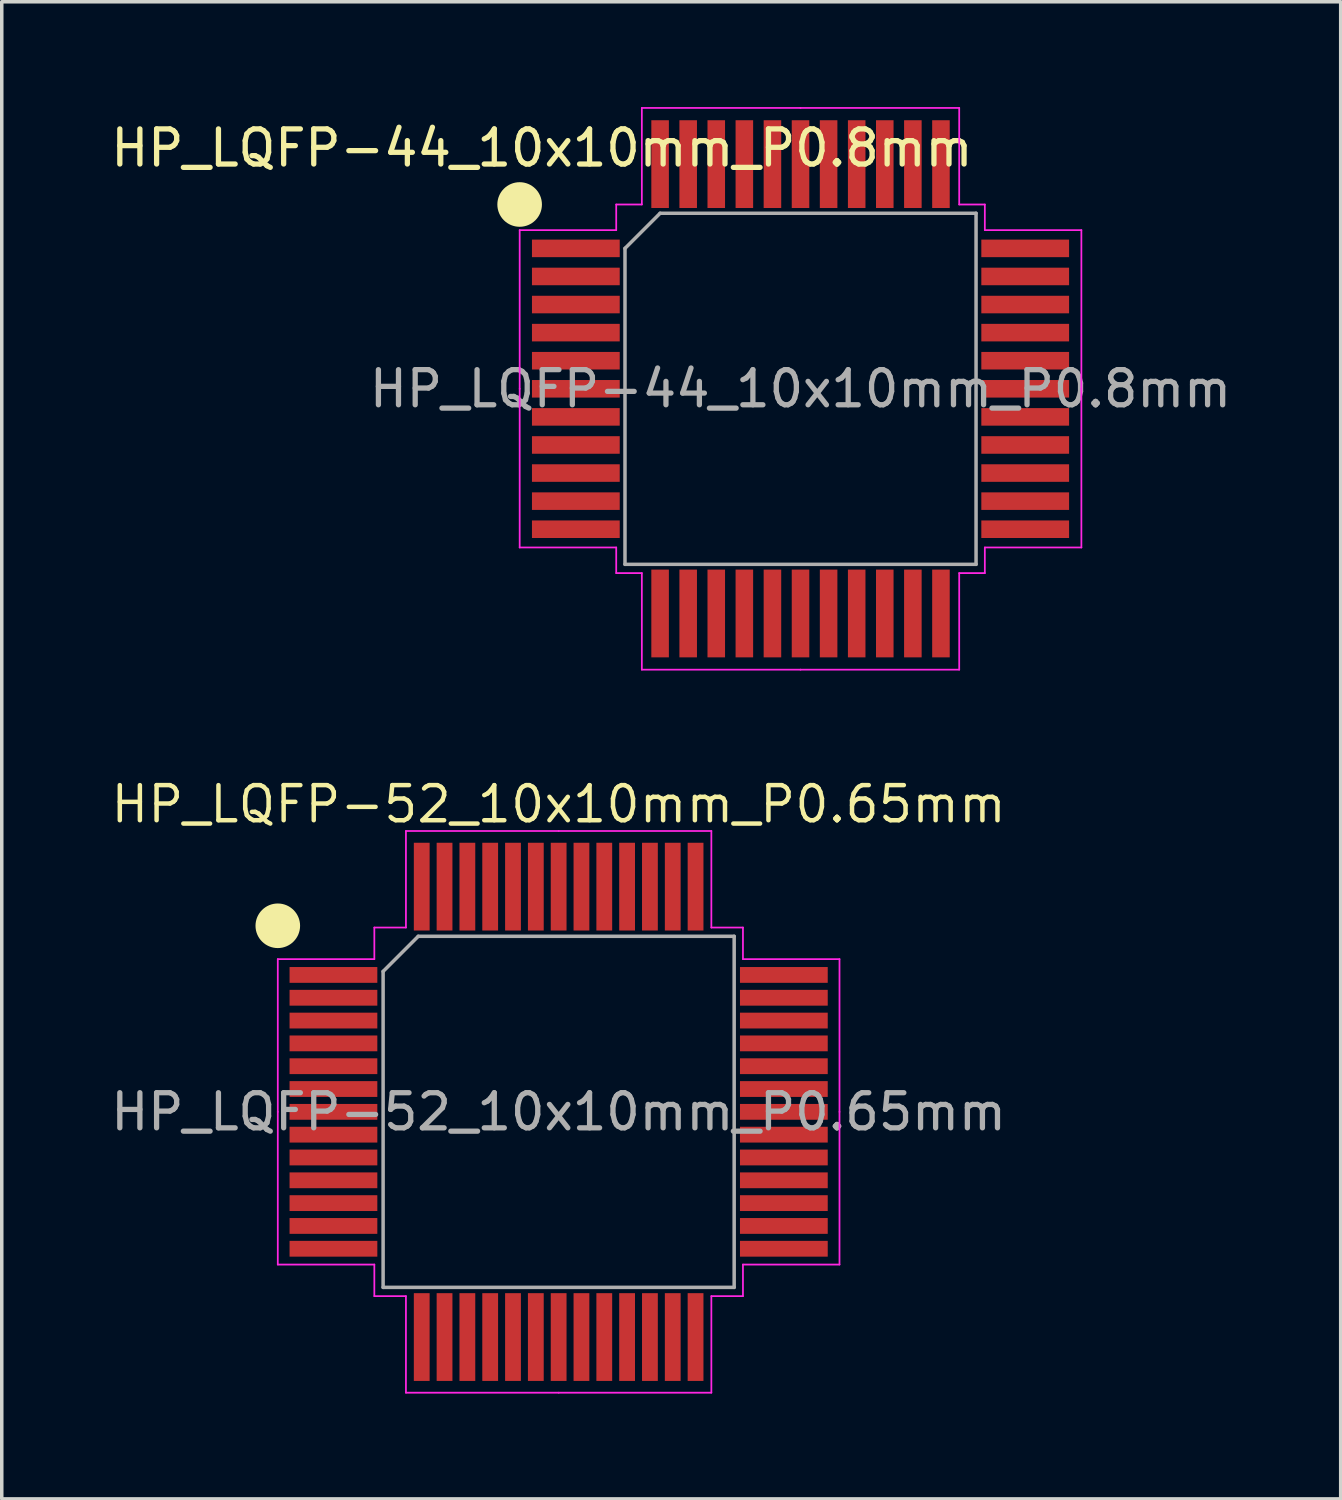
<source format=kicad_pcb>
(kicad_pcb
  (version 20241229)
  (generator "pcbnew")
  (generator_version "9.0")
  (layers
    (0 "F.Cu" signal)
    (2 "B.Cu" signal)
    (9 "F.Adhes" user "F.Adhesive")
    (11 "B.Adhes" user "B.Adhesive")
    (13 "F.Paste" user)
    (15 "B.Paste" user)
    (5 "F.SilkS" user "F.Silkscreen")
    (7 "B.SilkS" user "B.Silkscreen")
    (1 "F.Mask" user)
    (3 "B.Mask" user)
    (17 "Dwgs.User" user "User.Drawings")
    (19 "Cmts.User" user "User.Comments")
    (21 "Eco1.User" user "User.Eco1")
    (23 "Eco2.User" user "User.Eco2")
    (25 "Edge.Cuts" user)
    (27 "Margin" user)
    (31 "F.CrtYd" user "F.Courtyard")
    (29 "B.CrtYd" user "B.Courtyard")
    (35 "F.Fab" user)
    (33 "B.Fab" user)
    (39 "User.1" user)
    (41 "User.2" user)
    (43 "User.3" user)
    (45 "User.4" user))
  (footprint "HP_LQFP-44_10x10mm_P0.8mm"
    (layer "F.Cu")
    (at 19.753 8.025)
    (property "Reference" "HP_LQFP-44_10x10mm_P0.8mm" (at -7.366 -6.858 0) (layer "F.SilkS") (effects (font (size 1 1) (thickness 0.15))))
    (attr smd)
    (fp_circle (center -8.001 -5.25) (end -7.416 -5.25) (stroke (width 0.1) (type default)) (fill yes) (layer "F.SilkS"))
    (fp_line (start -8 -4.52) (end -8 0) (stroke (width 0.05) (type solid)) (layer "F.CrtYd"))
    (fp_line (start -8 4.52) (end -8 0) (stroke (width 0.05) (type solid)) (layer "F.CrtYd"))
    (fp_line (start -5.25 -5.25) (end -5.25 -4.52) (stroke (width 0.05) (type solid)) (layer "F.CrtYd"))
    (fp_line (start -5.25 -4.52) (end -8 -4.52) (stroke (width 0.05) (type solid)) (layer "F.CrtYd"))
    (fp_line (start -5.25 4.52) (end -8 4.52) (stroke (width 0.05) (type solid)) (layer "F.CrtYd"))
    (fp_line (start -5.25 5.25) (end -5.25 4.52) (stroke (width 0.05) (type solid)) (layer "F.CrtYd"))
    (fp_line (start -4.52 -8) (end -4.52 -5.25) (stroke (width 0.05) (type solid)) (layer "F.CrtYd"))
    (fp_line (start -4.52 -5.25) (end -5.25 -5.25) (stroke (width 0.05) (type solid)) (layer "F.CrtYd"))
    (fp_line (start -4.52 5.25) (end -5.25 5.25) (stroke (width 0.05) (type solid)) (layer "F.CrtYd"))
    (fp_line (start -4.52 8) (end -4.52 5.25) (stroke (width 0.05) (type solid)) (layer "F.CrtYd"))
    (fp_line (start 0 -8) (end -4.52 -8) (stroke (width 0.05) (type solid)) (layer "F.CrtYd"))
    (fp_line (start 0 -8) (end 4.52 -8) (stroke (width 0.05) (type solid)) (layer "F.CrtYd"))
    (fp_line (start 0 8) (end -4.52 8) (stroke (width 0.05) (type solid)) (layer "F.CrtYd"))
    (fp_line (start 0 8) (end 4.52 8) (stroke (width 0.05) (type solid)) (layer "F.CrtYd"))
    (fp_line (start 4.52 -8) (end 4.52 -5.25) (stroke (width 0.05) (type solid)) (layer "F.CrtYd"))
    (fp_line (start 4.52 -5.25) (end 5.25 -5.25) (stroke (width 0.05) (type solid)) (layer "F.CrtYd"))
    (fp_line (start 4.52 5.25) (end 5.25 5.25) (stroke (width 0.05) (type solid)) (layer "F.CrtYd"))
    (fp_line (start 4.52 8) (end 4.52 5.25) (stroke (width 0.05) (type solid)) (layer "F.CrtYd"))
    (fp_line (start 5.25 -5.25) (end 5.25 -4.52) (stroke (width 0.05) (type solid)) (layer "F.CrtYd"))
    (fp_line (start 5.25 -4.52) (end 8 -4.52) (stroke (width 0.05) (type solid)) (layer "F.CrtYd"))
    (fp_line (start 5.25 4.52) (end 8 4.52) (stroke (width 0.05) (type solid)) (layer "F.CrtYd"))
    (fp_line (start 5.25 5.25) (end 5.25 4.52) (stroke (width 0.05) (type solid)) (layer "F.CrtYd"))
    (fp_line (start 8 -4.52) (end 8 0) (stroke (width 0.05) (type solid)) (layer "F.CrtYd"))
    (fp_line (start 8 4.52) (end 8 0) (stroke (width 0.05) (type solid)) (layer "F.CrtYd"))
    (fp_line (start -5 -4) (end -4 -5) (stroke (width 0.1) (type solid)) (layer "F.Fab"))
    (fp_line (start -5 5) (end -5 -4) (stroke (width 0.1) (type solid)) (layer "F.Fab"))
    (fp_line (start -4 -5) (end 5 -5) (stroke (width 0.1) (type solid)) (layer "F.Fab"))
    (fp_line (start 5 -5) (end 5 5) (stroke (width 0.1) (type solid)) (layer "F.Fab"))
    (fp_line (start 5 5) (end -5 5) (stroke (width 0.1) (type solid)) (layer "F.Fab"))
    (fp_text user "${REFERENCE}" (at 0 0 0) (layer "F.Fab") (effects (font (size 1 1) (thickness 0.15))))
    (pad "1" smd rect (at -6.4 -4) (size 2.5 0.5) (layers "F.Cu" "F.Mask" "F.Paste"))
    (pad "2" smd rect (at -6.4 -3.2) (size 2.5 0.5) (layers "F.Cu" "F.Mask" "F.Paste"))
    (pad "3" smd rect (at -6.4 -2.4) (size 2.5 0.5) (layers "F.Cu" "F.Mask" "F.Paste"))
    (pad "4" smd rect (at -6.4 -1.6) (size 2.5 0.5) (layers "F.Cu" "F.Mask" "F.Paste"))
    (pad "5" smd rect (at -6.4 -0.8) (size 2.5 0.5) (layers "F.Cu" "F.Mask" "F.Paste"))
    (pad "6" smd rect (at -6.4 0) (size 2.5 0.5) (layers "F.Cu" "F.Mask" "F.Paste"))
    (pad "7" smd rect (at -6.4 0.8) (size 2.5 0.5) (layers "F.Cu" "F.Mask" "F.Paste"))
    (pad "8" smd rect (at -6.4 1.6) (size 2.5 0.5) (layers "F.Cu" "F.Mask" "F.Paste"))
    (pad "9" smd rect (at -6.4 2.4) (size 2.5 0.5) (layers "F.Cu" "F.Mask" "F.Paste"))
    (pad "10" smd rect (at -6.4 3.2) (size 2.5 0.5) (layers "F.Cu" "F.Mask" "F.Paste"))
    (pad "11" smd rect (at -6.4 4) (size 2.5 0.5) (layers "F.Cu" "F.Mask" "F.Paste"))
    (pad "12" smd rect (at -4 6.4) (size 0.5 2.5) (layers "F.Cu" "F.Mask" "F.Paste"))
    (pad "13" smd rect (at -3.2 6.4) (size 0.5 2.5) (layers "F.Cu" "F.Mask" "F.Paste"))
    (pad "14" smd rect (at -2.4 6.4) (size 0.5 2.5) (layers "F.Cu" "F.Mask" "F.Paste"))
    (pad "15" smd rect (at -1.6 6.4) (size 0.5 2.5) (layers "F.Cu" "F.Mask" "F.Paste"))
    (pad "16" smd rect (at -0.8 6.4) (size 0.5 2.5) (layers "F.Cu" "F.Mask" "F.Paste"))
    (pad "17" smd rect (at 0 6.4) (size 0.5 2.5) (layers "F.Cu" "F.Mask" "F.Paste"))
    (pad "18" smd rect (at 0.8 6.4) (size 0.5 2.5) (layers "F.Cu" "F.Mask" "F.Paste"))
    (pad "19" smd rect (at 1.6 6.4) (size 0.5 2.5) (layers "F.Cu" "F.Mask" "F.Paste"))
    (pad "20" smd rect (at 2.4 6.4) (size 0.5 2.5) (layers "F.Cu" "F.Mask" "F.Paste"))
    (pad "21" smd rect (at 3.2 6.4) (size 0.5 2.5) (layers "F.Cu" "F.Mask" "F.Paste"))
    (pad "22" smd rect (at 4 6.4) (size 0.5 2.5) (layers "F.Cu" "F.Mask" "F.Paste"))
    (pad "23" smd rect (at 6.4 4) (size 2.5 0.5) (layers "F.Cu" "F.Mask" "F.Paste"))
    (pad "24" smd rect (at 6.4 3.2) (size 2.5 0.5) (layers "F.Cu" "F.Mask" "F.Paste"))
    (pad "25" smd rect (at 6.4 2.4) (size 2.5 0.5) (layers "F.Cu" "F.Mask" "F.Paste"))
    (pad "26" smd rect (at 6.4 1.6) (size 2.5 0.5) (layers "F.Cu" "F.Mask" "F.Paste"))
    (pad "27" smd rect (at 6.4 0.8) (size 2.5 0.5) (layers "F.Cu" "F.Mask" "F.Paste"))
    (pad "28" smd rect (at 6.4 0) (size 2.5 0.5) (layers "F.Cu" "F.Mask" "F.Paste"))
    (pad "29" smd rect (at 6.4 -0.8) (size 2.5 0.5) (layers "F.Cu" "F.Mask" "F.Paste"))
    (pad "30" smd rect (at 6.4 -1.6) (size 2.5 0.5) (layers "F.Cu" "F.Mask" "F.Paste"))
    (pad "31" smd rect (at 6.4 -2.4) (size 2.5 0.5) (layers "F.Cu" "F.Mask" "F.Paste"))
    (pad "32" smd rect (at 6.4 -3.2) (size 2.5 0.5) (layers "F.Cu" "F.Mask" "F.Paste"))
    (pad "33" smd rect (at 6.4 -4) (size 2.5 0.5) (layers "F.Cu" "F.Mask" "F.Paste"))
    (pad "34" smd rect (at 4 -6.4) (size 0.5 2.5) (layers "F.Cu" "F.Mask" "F.Paste"))
    (pad "35" smd rect (at 3.2 -6.4) (size 0.5 2.5) (layers "F.Cu" "F.Mask" "F.Paste"))
    (pad "36" smd rect (at 2.4 -6.4) (size 0.5 2.5) (layers "F.Cu" "F.Mask" "F.Paste"))
    (pad "37" smd rect (at 1.6 -6.4) (size 0.5 2.5) (layers "F.Cu" "F.Mask" "F.Paste"))
    (pad "38" smd rect (at 0.8 -6.4) (size 0.5 2.5) (layers "F.Cu" "F.Mask" "F.Paste"))
    (pad "39" smd rect (at 0 -6.4) (size 0.5 2.5) (layers "F.Cu" "F.Mask" "F.Paste"))
    (pad "40" smd rect (at -0.8 -6.4) (size 0.5 2.5) (layers "F.Cu" "F.Mask" "F.Paste"))
    (pad "41" smd rect (at -1.6 -6.4) (size 0.5 2.5) (layers "F.Cu" "F.Mask" "F.Paste"))
    (pad "42" smd rect (at -2.4 -6.4) (size 0.5 2.5) (layers "F.Cu" "F.Mask" "F.Paste"))
    (pad "43" smd rect (at -3.2 -6.4) (size 0.5 2.5) (layers "F.Cu" "F.Mask" "F.Paste"))
    (pad "44" smd rect (at -4 -6.4) (size 0.5 2.5) (layers "F.Cu" "F.Mask" "F.Paste")))
  (footprint "HP_LQFP-52_10x10mm_P0.65mm"
    (layer "F.Cu")
    (at 12.863 28.621)
    (property "Reference" "HP_LQFP-52_10x10mm_P0.65mm" (at 0 -8.763 0) (layer "F.SilkS") (effects (font (size 1 1) (thickness 0.127))))
    (attr smd)
    (fp_circle (center -8 -5.3) (end -7.415 -5.3) (stroke (width 0.1) (type default)) (fill yes) (layer "F.SilkS"))
    (fp_line (start -8 -4.35) (end -8 0) (stroke (width 0.05) (type solid)) (layer "F.CrtYd"))
    (fp_line (start -8 4.35) (end -8 0) (stroke (width 0.05) (type solid)) (layer "F.CrtYd"))
    (fp_line (start -5.25 -5.25) (end -5.25 -4.35) (stroke (width 0.05) (type solid)) (layer "F.CrtYd"))
    (fp_line (start -5.25 -4.35) (end -8 -4.35) (stroke (width 0.05) (type solid)) (layer "F.CrtYd"))
    (fp_line (start -5.25 4.35) (end -8 4.35) (stroke (width 0.05) (type solid)) (layer "F.CrtYd"))
    (fp_line (start -5.25 5.25) (end -5.25 4.35) (stroke (width 0.05) (type solid)) (layer "F.CrtYd"))
    (fp_line (start -4.35 -8) (end -4.35 -5.25) (stroke (width 0.05) (type solid)) (layer "F.CrtYd"))
    (fp_line (start -4.35 -5.25) (end -5.25 -5.25) (stroke (width 0.05) (type solid)) (layer "F.CrtYd"))
    (fp_line (start -4.35 5.25) (end -5.25 5.25) (stroke (width 0.05) (type solid)) (layer "F.CrtYd"))
    (fp_line (start -4.35 8) (end -4.35 5.25) (stroke (width 0.05) (type solid)) (layer "F.CrtYd"))
    (fp_line (start 0 -8) (end -4.35 -8) (stroke (width 0.05) (type solid)) (layer "F.CrtYd"))
    (fp_line (start 0 -8) (end 4.35 -8) (stroke (width 0.05) (type solid)) (layer "F.CrtYd"))
    (fp_line (start 0 8) (end -4.35 8) (stroke (width 0.05) (type solid)) (layer "F.CrtYd"))
    (fp_line (start 0 8) (end 4.35 8) (stroke (width 0.05) (type solid)) (layer "F.CrtYd"))
    (fp_line (start 4.35 -8) (end 4.35 -5.25) (stroke (width 0.05) (type solid)) (layer "F.CrtYd"))
    (fp_line (start 4.35 -5.25) (end 5.25 -5.25) (stroke (width 0.05) (type solid)) (layer "F.CrtYd"))
    (fp_line (start 4.35 5.25) (end 5.25 5.25) (stroke (width 0.05) (type solid)) (layer "F.CrtYd"))
    (fp_line (start 4.35 8) (end 4.35 5.25) (stroke (width 0.05) (type solid)) (layer "F.CrtYd"))
    (fp_line (start 5.25 -5.25) (end 5.25 -4.35) (stroke (width 0.05) (type solid)) (layer "F.CrtYd"))
    (fp_line (start 5.25 -4.35) (end 8 -4.35) (stroke (width 0.05) (type solid)) (layer "F.CrtYd"))
    (fp_line (start 5.25 4.35) (end 8 4.35) (stroke (width 0.05) (type solid)) (layer "F.CrtYd"))
    (fp_line (start 5.25 5.25) (end 5.25 4.35) (stroke (width 0.05) (type solid)) (layer "F.CrtYd"))
    (fp_line (start 8 -4.35) (end 8 0) (stroke (width 0.05) (type solid)) (layer "F.CrtYd"))
    (fp_line (start 8 4.35) (end 8 0) (stroke (width 0.05) (type solid)) (layer "F.CrtYd"))
    (fp_line (start -5 -4) (end -4 -5) (stroke (width 0.1) (type solid)) (layer "F.Fab"))
    (fp_line (start -5 5) (end -5 -4) (stroke (width 0.1) (type solid)) (layer "F.Fab"))
    (fp_line (start -4 -5) (end 5 -5) (stroke (width 0.1) (type solid)) (layer "F.Fab"))
    (fp_line (start 5 -5) (end 5 5) (stroke (width 0.1) (type solid)) (layer "F.Fab"))
    (fp_line (start 5 5) (end -5 5) (stroke (width 0.1) (type solid)) (layer "F.Fab"))
    (fp_text user "${REFERENCE}" (at 0 0 0) (layer "F.Fab") (effects (font (size 1 1) (thickness 0.15))))
    (pad "1" smd rect (at -6.415 -3.9) (size 2.5 0.45) (layers "F.Cu" "F.Mask" "F.Paste"))
    (pad "2" smd rect (at -6.415 -3.25) (size 2.5 0.45) (layers "F.Cu" "F.Mask" "F.Paste"))
    (pad "3" smd rect (at -6.415 -2.6) (size 2.5 0.45) (layers "F.Cu" "F.Mask" "F.Paste"))
    (pad "4" smd rect (at -6.415 -1.95) (size 2.5 0.45) (layers "F.Cu" "F.Mask" "F.Paste"))
    (pad "5" smd rect (at -6.415 -1.3) (size 2.5 0.45) (layers "F.Cu" "F.Mask" "F.Paste"))
    (pad "6" smd rect (at -6.415 -0.65) (size 2.5 0.45) (layers "F.Cu" "F.Mask" "F.Paste"))
    (pad "7" smd rect (at -6.415 0) (size 2.5 0.45) (layers "F.Cu" "F.Mask" "F.Paste"))
    (pad "8" smd rect (at -6.415 0.65) (size 2.5 0.45) (layers "F.Cu" "F.Mask" "F.Paste"))
    (pad "9" smd rect (at -6.415 1.3) (size 2.5 0.45) (layers "F.Cu" "F.Mask" "F.Paste"))
    (pad "10" smd rect (at -6.415 1.95) (size 2.5 0.45) (layers "F.Cu" "F.Mask" "F.Paste"))
    (pad "11" smd rect (at -6.415 2.6) (size 2.5 0.45) (layers "F.Cu" "F.Mask" "F.Paste"))
    (pad "12" smd rect (at -6.415 3.25) (size 2.5 0.45) (layers "F.Cu" "F.Mask" "F.Paste"))
    (pad "13" smd rect (at -6.415 3.9) (size 2.5 0.45) (layers "F.Cu" "F.Mask" "F.Paste"))
    (pad "14" smd rect (at -3.9 6.415) (size 0.45 2.5) (layers "F.Cu" "F.Mask" "F.Paste"))
    (pad "15" smd rect (at -3.25 6.415) (size 0.45 2.5) (layers "F.Cu" "F.Mask" "F.Paste"))
    (pad "16" smd rect (at -2.6 6.415) (size 0.45 2.5) (layers "F.Cu" "F.Mask" "F.Paste"))
    (pad "17" smd rect (at -1.95 6.415) (size 0.45 2.5) (layers "F.Cu" "F.Mask" "F.Paste"))
    (pad "18" smd rect (at -1.3 6.415) (size 0.45 2.5) (layers "F.Cu" "F.Mask" "F.Paste"))
    (pad "19" smd rect (at -0.65 6.415) (size 0.45 2.5) (layers "F.Cu" "F.Mask" "F.Paste"))
    (pad "20" smd rect (at 0 6.415) (size 0.45 2.5) (layers "F.Cu" "F.Mask" "F.Paste"))
    (pad "21" smd rect (at 0.65 6.415) (size 0.45 2.5) (layers "F.Cu" "F.Mask" "F.Paste"))
    (pad "22" smd rect (at 1.3 6.415) (size 0.45 2.5) (layers "F.Cu" "F.Mask" "F.Paste"))
    (pad "23" smd rect (at 1.95 6.415) (size 0.45 2.5) (layers "F.Cu" "F.Mask" "F.Paste"))
    (pad "24" smd rect (at 2.6 6.415) (size 0.45 2.5) (layers "F.Cu" "F.Mask" "F.Paste"))
    (pad "25" smd rect (at 3.25 6.415) (size 0.45 2.5) (layers "F.Cu" "F.Mask" "F.Paste"))
    (pad "26" smd rect (at 3.9 6.415) (size 0.45 2.5) (layers "F.Cu" "F.Mask" "F.Paste"))
    (pad "27" smd rect (at 6.415 3.9) (size 2.5 0.45) (layers "F.Cu" "F.Mask" "F.Paste"))
    (pad "28" smd rect (at 6.415 3.25) (size 2.5 0.45) (layers "F.Cu" "F.Mask" "F.Paste"))
    (pad "29" smd rect (at 6.415 2.6) (size 2.5 0.45) (layers "F.Cu" "F.Mask" "F.Paste"))
    (pad "30" smd rect (at 6.415 1.95) (size 2.5 0.45) (layers "F.Cu" "F.Mask" "F.Paste"))
    (pad "31" smd rect (at 6.415 1.3) (size 2.5 0.45) (layers "F.Cu" "F.Mask" "F.Paste"))
    (pad "32" smd rect (at 6.415 0.65) (size 2.5 0.45) (layers "F.Cu" "F.Mask" "F.Paste"))
    (pad "33" smd rect (at 6.415 0) (size 2.5 0.45) (layers "F.Cu" "F.Mask" "F.Paste"))
    (pad "34" smd rect (at 6.415 -0.65) (size 2.5 0.45) (layers "F.Cu" "F.Mask" "F.Paste"))
    (pad "35" smd rect (at 6.415 -1.3) (size 2.5 0.45) (layers "F.Cu" "F.Mask" "F.Paste"))
    (pad "36" smd rect (at 6.415 -1.95) (size 2.5 0.45) (layers "F.Cu" "F.Mask" "F.Paste"))
    (pad "37" smd rect (at 6.415 -2.6) (size 2.5 0.45) (layers "F.Cu" "F.Mask" "F.Paste"))
    (pad "38" smd rect (at 6.415 -3.25) (size 2.5 0.45) (layers "F.Cu" "F.Mask" "F.Paste"))
    (pad "39" smd rect (at 6.415 -3.9) (size 2.5 0.45) (layers "F.Cu" "F.Mask" "F.Paste"))
    (pad "40" smd rect (at 3.9 -6.415) (size 0.45 2.5) (layers "F.Cu" "F.Mask" "F.Paste"))
    (pad "41" smd rect (at 3.25 -6.415) (size 0.45 2.5) (layers "F.Cu" "F.Mask" "F.Paste"))
    (pad "42" smd rect (at 2.6 -6.415) (size 0.45 2.5) (layers "F.Cu" "F.Mask" "F.Paste"))
    (pad "43" smd rect (at 1.95 -6.415) (size 0.45 2.5) (layers "F.Cu" "F.Mask" "F.Paste"))
    (pad "44" smd rect (at 1.3 -6.415) (size 0.45 2.5) (layers "F.Cu" "F.Mask" "F.Paste"))
    (pad "45" smd rect (at 0.65 -6.415) (size 0.45 2.5) (layers "F.Cu" "F.Mask" "F.Paste"))
    (pad "46" smd rect (at 0 -6.415) (size 0.45 2.5) (layers "F.Cu" "F.Mask" "F.Paste"))
    (pad "47" smd rect (at -0.65 -6.415) (size 0.45 2.5) (layers "F.Cu" "F.Mask" "F.Paste"))
    (pad "48" smd rect (at -1.3 -6.415) (size 0.45 2.5) (layers "F.Cu" "F.Mask" "F.Paste"))
    (pad "49" smd rect (at -1.95 -6.415) (size 0.45 2.5) (layers "F.Cu" "F.Mask" "F.Paste"))
    (pad "50" smd rect (at -2.6 -6.415) (size 0.45 2.5) (layers "F.Cu" "F.Mask" "F.Paste"))
    (pad "51" smd rect (at -3.25 -6.415) (size 0.45 2.5) (layers "F.Cu" "F.Mask" "F.Paste"))
    (pad "52" smd rect (at -3.9 -6.415) (size 0.45 2.5) (layers "F.Cu" "F.Mask" "F.Paste")))
  (gr_rect
    (start -3 -3)
    (end 35.14 39.646)
    (stroke (width 0.1) (type default))
    (fill no)
    (layer "Edge.Cuts")))
</source>
